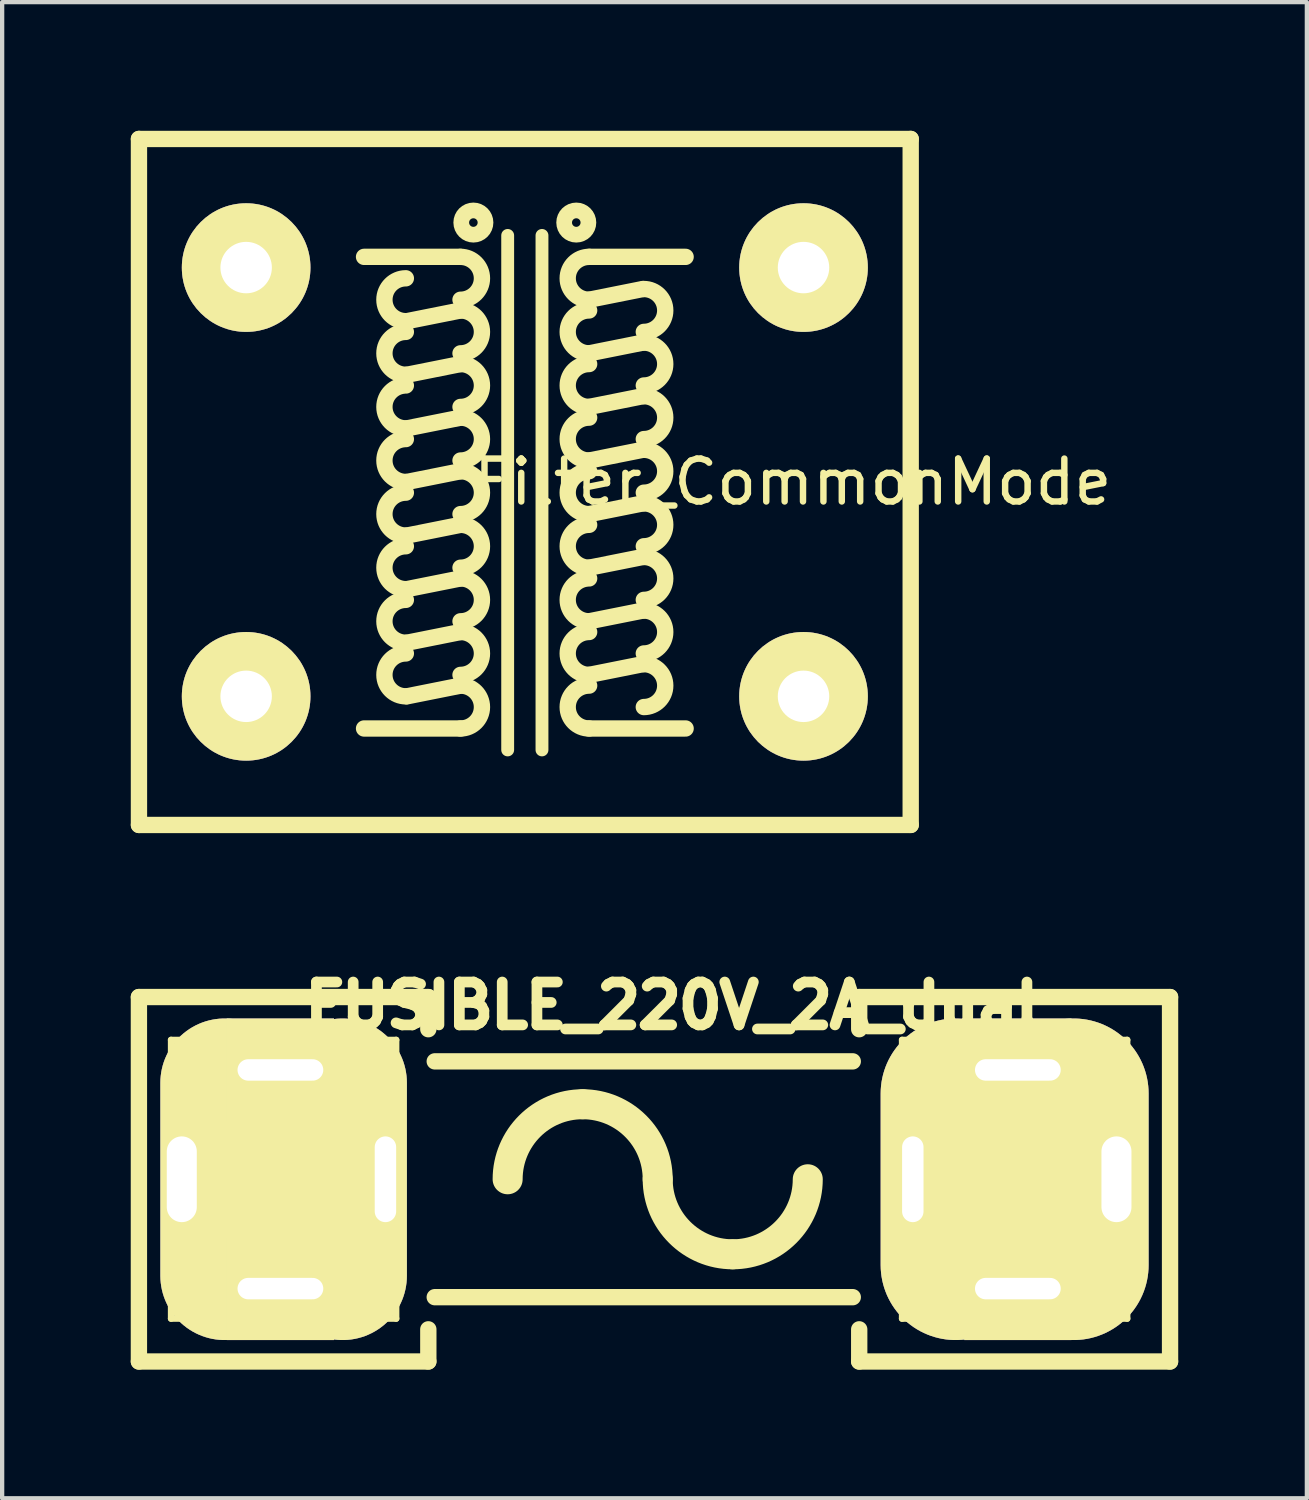
<source format=kicad_pcb>
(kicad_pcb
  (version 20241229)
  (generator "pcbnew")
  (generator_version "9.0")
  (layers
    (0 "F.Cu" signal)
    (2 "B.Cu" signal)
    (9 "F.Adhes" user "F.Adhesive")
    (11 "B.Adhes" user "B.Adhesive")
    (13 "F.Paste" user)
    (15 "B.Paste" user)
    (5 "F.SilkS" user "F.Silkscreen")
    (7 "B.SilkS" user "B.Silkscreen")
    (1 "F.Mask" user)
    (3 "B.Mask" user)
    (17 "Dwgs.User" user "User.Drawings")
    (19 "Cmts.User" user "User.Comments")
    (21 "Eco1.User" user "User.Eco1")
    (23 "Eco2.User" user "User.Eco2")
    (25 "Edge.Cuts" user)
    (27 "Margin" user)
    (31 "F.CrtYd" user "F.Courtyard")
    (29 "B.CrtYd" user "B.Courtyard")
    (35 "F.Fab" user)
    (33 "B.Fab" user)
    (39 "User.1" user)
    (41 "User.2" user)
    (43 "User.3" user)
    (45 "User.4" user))
  (footprint "FUSIBLE_220V_2A_dual"
    (placed yes)
    (layer "F.Cu")
    (at 12.29 24.455)
    (property "Reference" "FUSIBLE_220V_2A_dual" (at 0.35 -4.05 0) (layer "F.SilkS") (effects (font (size 1 1) (thickness 0.25))))
    (attr through_hole)
    (fp_line (start -12.1 -4.25) (end -12.1 4.25) (stroke (width 0.381) (type solid)) (layer "F.SilkS"))
    (fp_line (start -12.1 4.25) (end -5.35 4.25) (stroke (width 0.381) (type solid)) (layer "F.SilkS"))
    (fp_line (start -11.35 -3.25) (end -6.1 -3.25) (stroke (width 0.15) (type solid)) (layer "F.SilkS"))
    (fp_line (start -11.35 -1.75) (end -11.35 -3.25) (stroke (width 0.15) (type solid)) (layer "F.SilkS"))
    (fp_line (start -11.35 3.25) (end -11.35 1.75) (stroke (width 0.15) (type solid)) (layer "F.SilkS"))
    (fp_line (start -6.1 -3.25) (end -6.1 -1.75) (stroke (width 0.15) (type solid)) (layer "F.SilkS"))
    (fp_line (start -6.1 1.75) (end -6.1 3.25) (stroke (width 0.15) (type solid)) (layer "F.SilkS"))
    (fp_line (start -6.1 3.25) (end -11.35 3.25) (stroke (width 0.15) (type solid)) (layer "F.SilkS"))
    (fp_line (start -5.35 -4.25) (end -12.1 -4.25) (stroke (width 0.381) (type solid)) (layer "F.SilkS"))
    (fp_line (start -5.35 -3.5) (end -5.35 -4.25) (stroke (width 0.381) (type solid)) (layer "F.SilkS"))
    (fp_line (start -5.35 4.25) (end -5.35 3.5) (stroke (width 0.381) (type solid)) (layer "F.SilkS"))
    (fp_line (start -5.2 -2.75) (end 4.55 -2.75) (stroke (width 0.381) (type solid)) (layer "F.SilkS"))
    (fp_line (start -5.2 2.75) (end 4.55 2.75) (stroke (width 0.381) (type solid)) (layer "F.SilkS"))
    (fp_line (start 4.7 -4.25) (end 11.95 -4.25) (stroke (width 0.381) (type solid)) (layer "F.SilkS"))
    (fp_line (start 4.7 -3.5) (end 4.7 -4.25) (stroke (width 0.381) (type solid)) (layer "F.SilkS"))
    (fp_line (start 4.7 4.25) (end 4.7 3.5) (stroke (width 0.381) (type solid)) (layer "F.SilkS"))
    (fp_line (start 5.7 -3.25) (end 10.95 -3.25) (stroke (width 0.15) (type solid)) (layer "F.SilkS"))
    (fp_line (start 5.7 -1.75) (end 5.7 -3.25) (stroke (width 0.15) (type solid)) (layer "F.SilkS"))
    (fp_line (start 5.7 3.25) (end 5.7 1.75) (stroke (width 0.15) (type solid)) (layer "F.SilkS"))
    (fp_line (start 10.95 -3.25) (end 10.95 -1.75) (stroke (width 0.15) (type solid)) (layer "F.SilkS"))
    (fp_line (start 10.95 1.75) (end 10.95 3.25) (stroke (width 0.15) (type solid)) (layer "F.SilkS"))
    (fp_line (start 10.95 3.25) (end 5.7 3.25) (stroke (width 0.15) (type solid)) (layer "F.SilkS"))
    (fp_line (start 11.95 -4.25) (end 11.95 4.25) (stroke (width 0.381) (type solid)) (layer "F.SilkS"))
    (fp_line (start 11.95 4.25) (end 4.7 4.25) (stroke (width 0.381) (type solid)) (layer "F.SilkS"))
    (fp_arc (start -3.5 0) (mid -2.987437 -1.237437) (end -1.75 -1.75) (stroke (width 0.7) (type solid)) (layer "F.SilkS"))
    (fp_arc (start -1.75 -1.75) (mid -0.512563 -1.237437) (end 0 0) (stroke (width 0.7) (type solid)) (layer "F.SilkS"))
    (fp_arc (start 1.75 1.75) (mid 0.512563 1.237437) (end 0 0) (stroke (width 0.7) (type solid)) (layer "F.SilkS"))
    (fp_arc (start 3.5 0) (mid 2.987437 1.237437) (end 1.75 1.75) (stroke (width 0.7) (type solid)) (layer "F.SilkS"))
    (pad "1" thru_hole oval (at -11.1 0) (size 3 7.5) (drill oval 0.7 2 (offset 1 0)) (layers "*.Cu" "*.Mask" "F.SilkS"))
    (pad "1" thru_hole rect (at -8.8 -2.55) (size 2.5 2.4) (drill oval 2 0.5) (layers "*.Cu" "*.Mask" "F.SilkS"))
    (pad "1" thru_hole rect (at -8.8 2.55) (size 2.5 2.4) (drill oval 2 0.5) (layers "*.Cu" "*.Mask" "F.SilkS"))
    (pad "1" thru_hole oval (at -6.35 0) (size 3 7.5) (drill oval 0.5 2 (offset -1 0)) (layers "*.Cu" "*.Mask" "F.SilkS"))
    (pad "2" thru_hole oval (at 5.95 0) (size 3.5 7.5) (drill oval 0.5 2 (offset 1 0)) (layers "*.Cu" "*.Mask" "F.SilkS"))
    (pad "2" thru_hole rect (at 8.4 -2.55) (size 2.5 2.4) (drill oval 2 0.5) (layers "*.Cu" "*.Mask" "F.SilkS"))
    (pad "2" thru_hole rect (at 8.4 2.55) (size 2.5 2.4) (drill oval 2 0.5) (layers "*.Cu" "*.Mask" "F.SilkS"))
    (pad "2" thru_hole oval (at 10.7 0) (size 3.5 7.5) (drill oval 0.7 2 (offset -1 0)) (layers "*.Cu" "*.Mask" "F.SilkS")))
  (footprint "Filter_CommonMode"
    (layer "F.Cu")
    (at 9.191 8.191)
    (property "Reference" "Filter_CommonMode" (at 6.25 0 0) (layer "F.SilkS") (effects (font (size 1 1) (thickness 0.15))))
    (attr through_hole)
    (fp_line (start -9 -8) (end 9 -8) (stroke (width 0.381) (type solid)) (layer "F.SilkS"))
    (fp_line (start -9 8) (end -9 -8) (stroke (width 0.381) (type solid)) (layer "F.SilkS"))
    (fp_line (start -2.75 -3.75) (end -1.5 -4) (stroke (width 0.381) (type solid)) (layer "F.SilkS"))
    (fp_line (start -2.75 -2.5) (end -1.5 -2.75) (stroke (width 0.381) (type solid)) (layer "F.SilkS"))
    (fp_line (start -2.75 -1.25) (end -1.5 -1.5) (stroke (width 0.381) (type solid)) (layer "F.SilkS"))
    (fp_line (start -2.75 0) (end -1.5 -0.25) (stroke (width 0.381) (type solid)) (layer "F.SilkS"))
    (fp_line (start -2.75 1.25) (end -1.5 1) (stroke (width 0.381) (type solid)) (layer "F.SilkS"))
    (fp_line (start -2.75 2.5) (end -1.5 2.25) (stroke (width 0.381) (type solid)) (layer "F.SilkS"))
    (fp_line (start -2.75 3.75) (end -1.5 3.5) (stroke (width 0.381) (type solid)) (layer "F.SilkS"))
    (fp_line (start -2.75 5) (end -1.5 4.75) (stroke (width 0.381) (type solid)) (layer "F.SilkS"))
    (fp_line (start -1.5 -5.25) (end -3.75 -5.25) (stroke (width 0.381) (type solid)) (layer "F.SilkS"))
    (fp_line (start -1.5 5.75) (end -3.75 5.75) (stroke (width 0.381) (type solid)) (layer "F.SilkS"))
    (fp_line (start -0.4 6.25) (end -0.4 -5.75) (stroke (width 0.3) (type solid)) (layer "F.SilkS"))
    (fp_line (start 0.4 -5.75) (end 0.4 6.25) (stroke (width 0.3) (type solid)) (layer "F.SilkS"))
    (fp_line (start 1.5 -5.25) (end 3.75 -5.25) (stroke (width 0.381) (type solid)) (layer "F.SilkS"))
    (fp_line (start 1.5 5.75) (end 3.75 5.75) (stroke (width 0.381) (type solid)) (layer "F.SilkS"))
    (fp_line (start 2.75 -4.5) (end 1.5 -4.25) (stroke (width 0.381) (type solid)) (layer "F.SilkS"))
    (fp_line (start 2.75 -3.25) (end 1.5 -3) (stroke (width 0.381) (type solid)) (layer "F.SilkS"))
    (fp_line (start 2.75 -2) (end 1.5 -1.75) (stroke (width 0.381) (type solid)) (layer "F.SilkS"))
    (fp_line (start 2.75 -0.75) (end 1.5 -0.5) (stroke (width 0.381) (type solid)) (layer "F.SilkS"))
    (fp_line (start 2.75 0.5) (end 1.5 0.75) (stroke (width 0.381) (type solid)) (layer "F.SilkS"))
    (fp_line (start 2.75 1.75) (end 1.5 2) (stroke (width 0.381) (type solid)) (layer "F.SilkS"))
    (fp_line (start 2.75 3) (end 1.5 3.25) (stroke (width 0.381) (type solid)) (layer "F.SilkS"))
    (fp_line (start 2.75 4.25) (end 1.5 4.5) (stroke (width 0.381) (type solid)) (layer "F.SilkS"))
    (fp_line (start 9 -8) (end 9 8) (stroke (width 0.381) (type solid)) (layer "F.SilkS"))
    (fp_line (start 9 8) (end -9 8) (stroke (width 0.381) (type solid)) (layer "F.SilkS"))
    (fp_arc (start -2.775 -3.75) (mid -3.275 -4.25) (end -2.775 -4.75) (stroke (width 0.381) (type solid)) (layer "F.SilkS"))
    (fp_arc (start -2.775 -2.5) (mid -3.275 -3) (end -2.775 -3.5) (stroke (width 0.381) (type solid)) (layer "F.SilkS"))
    (fp_arc (start -2.775 -1.25) (mid -3.275 -1.75) (end -2.775 -2.25) (stroke (width 0.381) (type solid)) (layer "F.SilkS"))
    (fp_arc (start -2.775 0) (mid -3.275 -0.5) (end -2.775 -1) (stroke (width 0.381) (type solid)) (layer "F.SilkS"))
    (fp_arc (start -2.775 1.25) (mid -3.275 0.75) (end -2.775 0.25) (stroke (width 0.381) (type solid)) (layer "F.SilkS"))
    (fp_arc (start -2.775 2.5) (mid -3.275 2) (end -2.775 1.5) (stroke (width 0.381) (type solid)) (layer "F.SilkS"))
    (fp_arc (start -2.775 3.75) (mid -3.275 3.25) (end -2.775 2.75) (stroke (width 0.381) (type solid)) (layer "F.SilkS"))
    (fp_arc (start -2.775 5) (mid -3.275 4.5) (end -2.775 4) (stroke (width 0.381) (type solid)) (layer "F.SilkS"))
    (fp_arc (start -1.5 -5.25) (mid -1 -4.75) (end -1.5 -4.25) (stroke (width 0.381) (type solid)) (layer "F.SilkS"))
    (fp_arc (start -1.5 -4) (mid -1 -3.5) (end -1.5 -3) (stroke (width 0.381) (type solid)) (layer "F.SilkS"))
    (fp_arc (start -1.5 -2.75) (mid -1 -2.25) (end -1.5 -1.75) (stroke (width 0.381) (type solid)) (layer "F.SilkS"))
    (fp_arc (start -1.5 -1.5) (mid -1 -1) (end -1.5 -0.5) (stroke (width 0.381) (type solid)) (layer "F.SilkS"))
    (fp_arc (start -1.5 -0.25) (mid -1 0.25) (end -1.5 0.75) (stroke (width 0.381) (type solid)) (layer "F.SilkS"))
    (fp_arc (start -1.5 1) (mid -1 1.5) (end -1.5 2) (stroke (width 0.381) (type solid)) (layer "F.SilkS"))
    (fp_arc (start -1.5 2.25) (mid -1 2.75) (end -1.5 3.25) (stroke (width 0.381) (type solid)) (layer "F.SilkS"))
    (fp_arc (start -1.5 3.5) (mid -1 4) (end -1.5 4.5) (stroke (width 0.381) (type solid)) (layer "F.SilkS"))
    (fp_arc (start -1.5 4.75) (mid -1 5.25) (end -1.5 5.75) (stroke (width 0.381) (type solid)) (layer "F.SilkS"))
    (fp_arc (start 1.5 -4.25) (mid 1 -4.75) (end 1.5 -5.25) (stroke (width 0.381) (type solid)) (layer "F.SilkS"))
    (fp_arc (start 1.5 -3) (mid 1 -3.5) (end 1.5 -4) (stroke (width 0.381) (type solid)) (layer "F.SilkS"))
    (fp_arc (start 1.5 -1.75) (mid 1 -2.25) (end 1.5 -2.75) (stroke (width 0.381) (type solid)) (layer "F.SilkS"))
    (fp_arc (start 1.5 -0.5) (mid 1 -1) (end 1.5 -1.5) (stroke (width 0.381) (type solid)) (layer "F.SilkS"))
    (fp_arc (start 1.5 0.75) (mid 1 0.25) (end 1.5 -0.25) (stroke (width 0.381) (type solid)) (layer "F.SilkS"))
    (fp_arc (start 1.5 2) (mid 1 1.5) (end 1.5 1) (stroke (width 0.381) (type solid)) (layer "F.SilkS"))
    (fp_arc (start 1.5 3.25) (mid 1 2.75) (end 1.5 2.25) (stroke (width 0.381) (type solid)) (layer "F.SilkS"))
    (fp_arc (start 1.5 4.5) (mid 1 4) (end 1.5 3.5) (stroke (width 0.381) (type solid)) (layer "F.SilkS"))
    (fp_arc (start 1.5 5.75) (mid 1 5.25) (end 1.5 4.75) (stroke (width 0.381) (type solid)) (layer "F.SilkS"))
    (fp_arc (start 2.775 -4.5) (mid 3.275 -4) (end 2.775 -3.5) (stroke (width 0.381) (type solid)) (layer "F.SilkS"))
    (fp_arc (start 2.775 -3.25) (mid 3.275 -2.75) (end 2.775 -2.25) (stroke (width 0.381) (type solid)) (layer "F.SilkS"))
    (fp_arc (start 2.775 -2) (mid 3.275 -1.5) (end 2.775 -1) (stroke (width 0.381) (type solid)) (layer "F.SilkS"))
    (fp_arc (start 2.775 -0.75) (mid 3.275 -0.25) (end 2.775 0.25) (stroke (width 0.381) (type solid)) (layer "F.SilkS"))
    (fp_arc (start 2.775 0.5) (mid 3.275 1) (end 2.775 1.5) (stroke (width 0.381) (type solid)) (layer "F.SilkS"))
    (fp_arc (start 2.775 1.75) (mid 3.275 2.25) (end 2.775 2.75) (stroke (width 0.381) (type solid)) (layer "F.SilkS"))
    (fp_arc (start 2.775 3) (mid 3.275 3.5) (end 2.775 4) (stroke (width 0.381) (type solid)) (layer "F.SilkS"))
    (fp_arc (start 2.775 4.25) (mid 3.275 4.75) (end 2.775 5.25) (stroke (width 0.381) (type solid)) (layer "F.SilkS"))
    (fp_circle (center -1.2 -6.05) (end -1.2 -6.15) (stroke (width 0.3) (type solid)) (fill no) (layer "F.SilkS"))
    (fp_circle (center -1.2 -6.05) (end -1.1 -6.35) (stroke (width 0.3) (type solid)) (fill no) (layer "F.SilkS"))
    (fp_circle (center 1.2 -6.05) (end 1.2 -6.15) (stroke (width 0.3) (type solid)) (fill no) (layer "F.SilkS"))
    (fp_circle (center 1.2 -6.05) (end 1.3 -6.35) (stroke (width 0.3) (type solid)) (fill no) (layer "F.SilkS"))
    (pad "1" thru_hole circle (at -6.5 -5) (size 3 3) (drill 1.2) (layers "*.Cu" "*.Mask" "F.SilkS"))
    (pad "2" thru_hole circle (at 6.5 -5) (size 3 3) (drill 1.2) (layers "*.Cu" "*.Mask" "F.SilkS"))
    (pad "3" thru_hole circle (at 6.5 5) (size 3 3) (drill 1.2) (layers "*.Cu" "*.Mask" "F.SilkS"))
    (pad "4" thru_hole circle (at -6.5 5) (size 3 3) (drill 1.2) (layers "*.Cu" "*.Mask" "F.SilkS")))
  (gr_rect
    (start -3 -3)
    (end 27.431 31.895)
    (stroke (width 0.1) (type default))
    (fill no)
    (layer "Edge.Cuts")))
</source>
